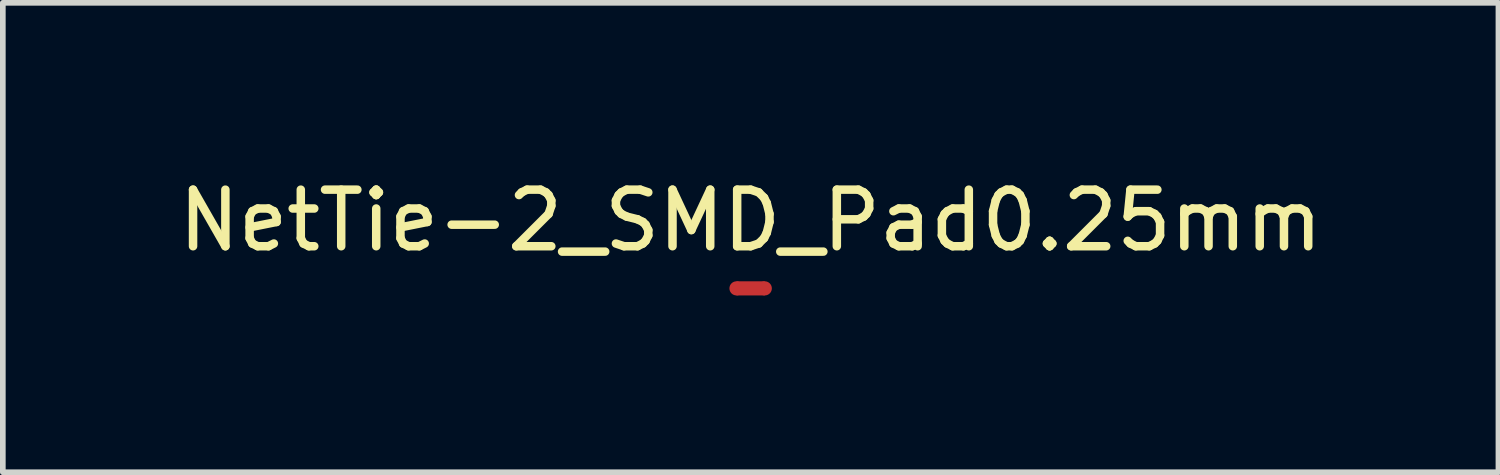
<source format=kicad_pcb>
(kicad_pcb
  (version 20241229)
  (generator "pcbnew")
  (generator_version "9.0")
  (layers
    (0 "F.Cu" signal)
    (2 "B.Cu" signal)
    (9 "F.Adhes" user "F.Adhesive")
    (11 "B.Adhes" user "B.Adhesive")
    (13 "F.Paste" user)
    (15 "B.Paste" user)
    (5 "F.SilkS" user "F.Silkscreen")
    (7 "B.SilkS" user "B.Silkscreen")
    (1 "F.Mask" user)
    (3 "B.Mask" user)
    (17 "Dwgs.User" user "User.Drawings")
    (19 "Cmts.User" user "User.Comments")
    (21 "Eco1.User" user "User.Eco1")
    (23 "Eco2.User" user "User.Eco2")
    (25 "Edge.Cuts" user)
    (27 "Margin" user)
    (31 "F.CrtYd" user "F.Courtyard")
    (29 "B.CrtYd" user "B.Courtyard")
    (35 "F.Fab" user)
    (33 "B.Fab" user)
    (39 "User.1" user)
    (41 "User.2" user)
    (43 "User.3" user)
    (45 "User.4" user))
  (footprint "NetTie-2_SMD_Pad0.25mm"
    (layer "F.Cu")
    (at 10.22 2.048)
    (property "Reference" "NetTie-2_SMD_Pad0.25mm" (at 0 -1.2 180) (layer "F.SilkS") (effects (font (size 1 1) (thickness 0.15))))
    (attr exclude_from_pos_files exclude_from_bom allow_missing_courtyard)
    (fp_poly (pts (xy -0.25 -0.125) (xy 0.25 -0.125) (xy 0.25 0.125) (xy -0.25 0.125)) (stroke (width 0) (type solid)) (fill yes) (layer "F.Cu"))
    (pad "1" smd circle (at -0.25 0) (size 0.25 0.25) (layers "F.Cu"))
    (pad "2" smd circle (at 0.25 0) (size 0.25 0.25) (layers "F.Cu")))
  (gr_rect
    (start -3 -3)
    (end 23.44 5.298)
    (stroke (width 0.1) (type default))
    (fill no)
    (layer "Edge.Cuts")))
</source>
